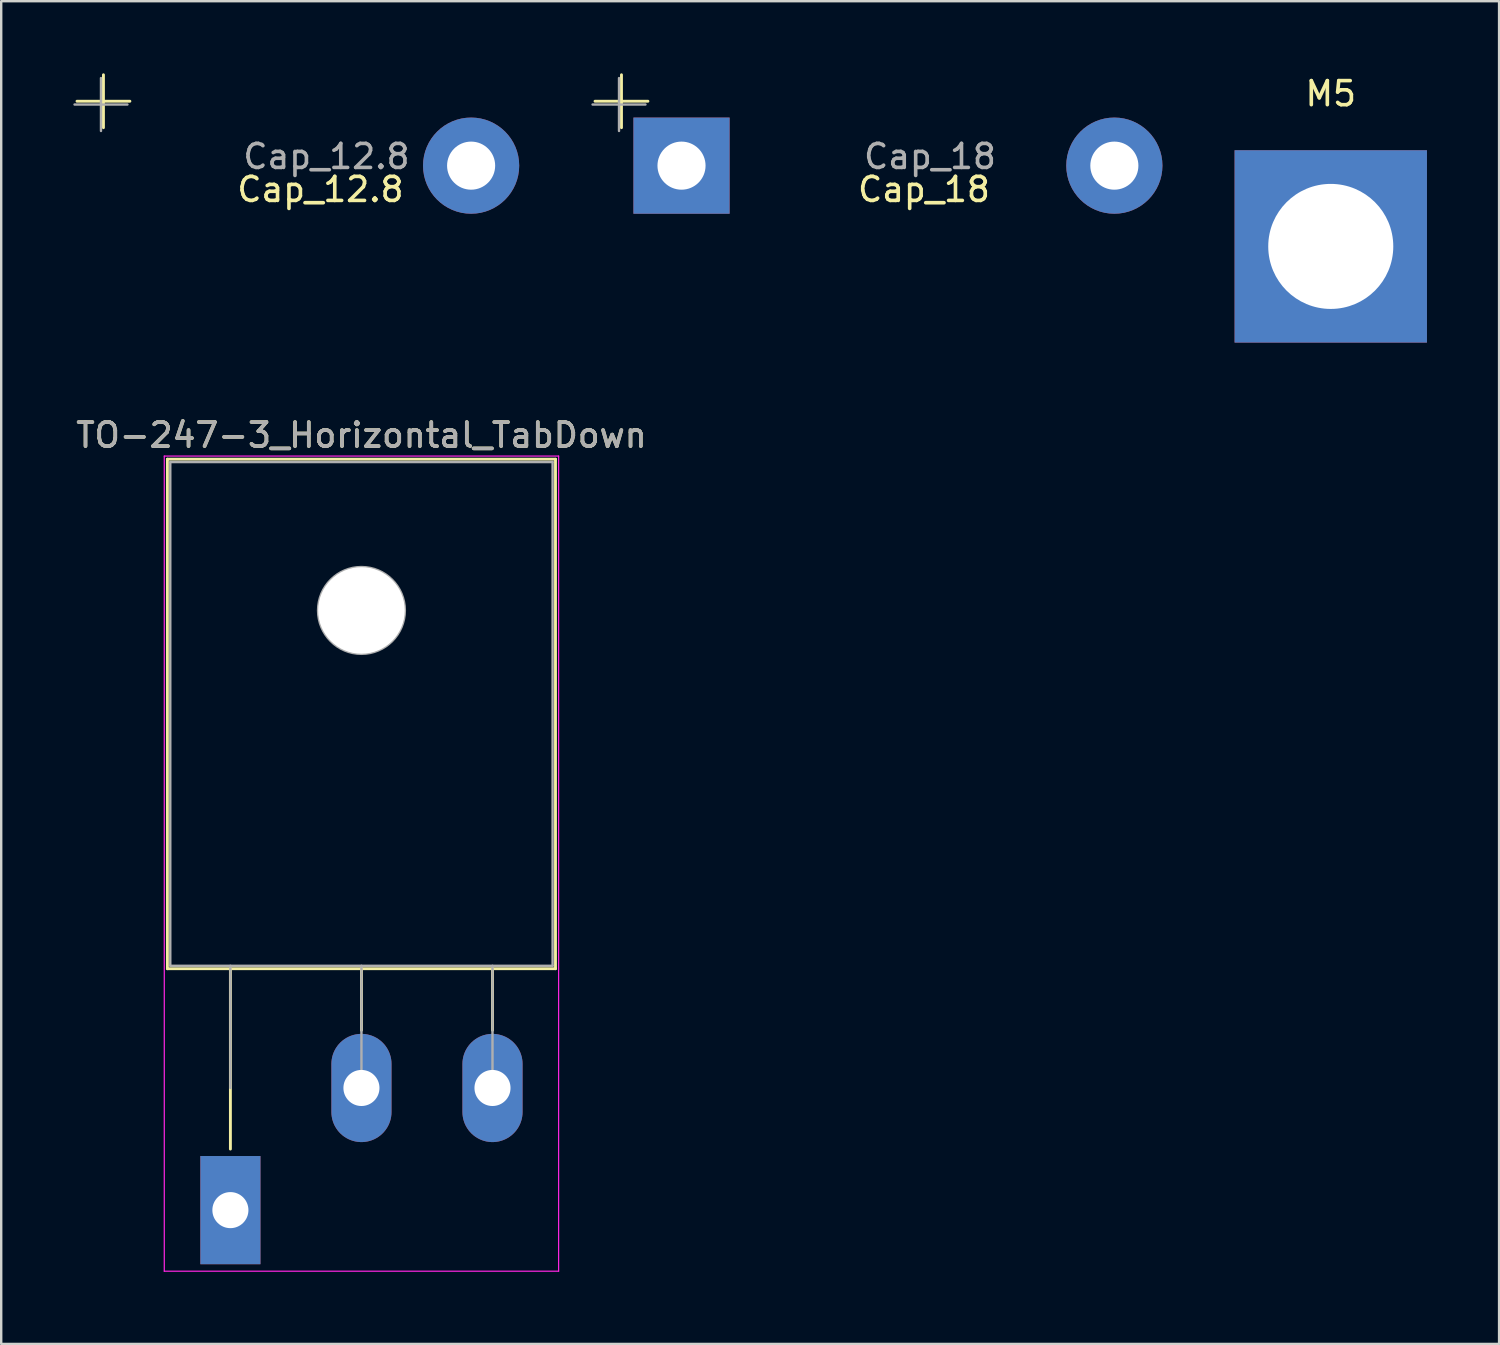
<source format=kicad_pcb>
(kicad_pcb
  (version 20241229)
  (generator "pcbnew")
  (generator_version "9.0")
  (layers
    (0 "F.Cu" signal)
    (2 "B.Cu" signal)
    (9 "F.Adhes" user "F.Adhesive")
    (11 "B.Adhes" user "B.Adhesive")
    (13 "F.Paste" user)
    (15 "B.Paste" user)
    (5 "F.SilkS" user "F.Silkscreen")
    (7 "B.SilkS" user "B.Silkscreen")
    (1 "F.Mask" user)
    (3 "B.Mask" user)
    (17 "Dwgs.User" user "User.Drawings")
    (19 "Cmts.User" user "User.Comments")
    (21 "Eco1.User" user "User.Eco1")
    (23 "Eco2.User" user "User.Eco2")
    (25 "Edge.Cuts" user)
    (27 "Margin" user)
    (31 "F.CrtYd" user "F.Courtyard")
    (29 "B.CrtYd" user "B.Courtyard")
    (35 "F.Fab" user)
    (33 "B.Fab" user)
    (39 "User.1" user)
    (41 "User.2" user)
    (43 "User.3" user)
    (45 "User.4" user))
  (footprint "TO-247-3_Horizontal_TabDown"
    (layer "F.Cu")
    (at 6.532 42.197)
    (property "Reference" "TO-247-3_Horizontal_TabDown" (at 5.45 -27.15 0) (layer "F.SilkS") (effects (font (size 1 1) (thickness 0.15))))
    (attr through_hole)
    (fp_line (start -2.62 -26.15) (end -2.62 -4.96) (stroke (width 0.12) (type solid)) (layer "F.SilkS"))
    (fp_line (start -2.62 -26.15) (end 13.52 -26.15) (stroke (width 0.12) (type solid)) (layer "F.SilkS"))
    (fp_line (start -2.62 -4.96) (end 13.52 -4.96) (stroke (width 0.12) (type solid)) (layer "F.SilkS"))
    (fp_line (start 0 -4.96) (end 0 2.54) (stroke (width 0.12) (type solid)) (layer "F.SilkS"))
    (fp_line (start 5.45 -4.96) (end 5.45 -2.4) (stroke (width 0.12) (type solid)) (layer "F.SilkS"))
    (fp_line (start 10.9 -4.96) (end 10.9 -2.4) (stroke (width 0.12) (type solid)) (layer "F.SilkS"))
    (fp_line (start 13.52 -26.15) (end 13.52 -4.96) (stroke (width 0.12) (type solid)) (layer "F.SilkS"))
    (fp_line (start -2.75 -26.28) (end -2.75 7.62) (stroke (width 0.05) (type solid)) (layer "F.CrtYd"))
    (fp_line (start -2.75 7.62) (end 13.65 7.62) (stroke (width 0.05) (type solid)) (layer "F.CrtYd"))
    (fp_line (start 13.65 -26.28) (end -2.75 -26.28) (stroke (width 0.05) (type solid)) (layer "F.CrtYd"))
    (fp_line (start 13.65 7.62) (end 13.65 -26.28) (stroke (width 0.05) (type solid)) (layer "F.CrtYd"))
    (fp_line (start -2.5 -26.03) (end 13.4 -26.03) (stroke (width 0.1) (type solid)) (layer "F.Fab"))
    (fp_line (start -2.5 -5.08) (end -2.5 -26.03) (stroke (width 0.1) (type solid)) (layer "F.Fab"))
    (fp_line (start 0 -5.08) (end 0 0) (stroke (width 0.1) (type solid)) (layer "F.Fab"))
    (fp_line (start 5.45 -5.08) (end 5.45 0) (stroke (width 0.1) (type solid)) (layer "F.Fab"))
    (fp_line (start 10.9 -5.08) (end 10.9 0) (stroke (width 0.1) (type solid)) (layer "F.Fab"))
    (fp_line (start 13.4 -26.03) (end 13.4 -5.08) (stroke (width 0.1) (type solid)) (layer "F.Fab"))
    (fp_line (start 13.4 -5.08) (end -2.5 -5.08) (stroke (width 0.1) (type solid)) (layer "F.Fab"))
    (fp_circle (center 5.45 -19.86) (end 7.255 -19.86) (stroke (width 0.1) (type solid)) (fill no) (layer "F.Fab"))
    (fp_text user "${REFERENCE}" (at 5.45 -27.15 0) (layer "F.Fab") (effects (font (size 1 1) (thickness 0.15))))
    (pad "" np_thru_hole oval (at 5.45 -19.86) (size 3.6 3.6) (drill 3.6) (layers "*.Cu" "*.Mask"))
    (pad "1" thru_hole rect (at 0 5.08) (size 2.5 4.5) (drill 1.5) (layers "*.Cu" "*.Mask"))
    (pad "2" thru_hole oval (at 5.45 0) (size 2.5 4.5) (drill 1.5) (layers "*.Cu" "*.Mask"))
    (pad "3" thru_hole oval (at 10.9 0) (size 2.5 4.5) (drill 1.5) (layers "*.Cu" "*.Mask")))
  (footprint "M5"
    (layer "F.Cu")
    (at 52.294 7.198)
    (property "Reference" "M5" (at 0 -6.35 0) (layer "F.SilkS") (effects (font (size 1 1) (thickness 0.15))))
    (attr through_hole)
    (pad "1" thru_hole rect (at 0 0) (size 8 8) (drill 5.2) (layers "*.Cu" "*.Mask")))
  (footprint "Cap_18"
    (layer "F.Cu")
    (at 25.293 3.839)
    (property "Reference" "Cap_18" (at 10.084 0.991 0) (layer "F.SilkS") (effects (font (size 1 1) (thickness 0.15))))
    (attr through_hole)
    (fp_line (start -3.597 -2.679) (end -1.397 -2.679) (stroke (width 0.12) (type solid)) (layer "F.SilkS"))
    (fp_line (start -2.497 -3.779) (end -2.497 -1.579) (stroke (width 0.12) (type solid)) (layer "F.SilkS"))
    (fp_line (start -3.699 -2.542) (end -1.499 -2.542) (stroke (width 0.1) (type solid)) (layer "F.Fab"))
    (fp_line (start -2.599 -3.642) (end -2.599 -1.442) (stroke (width 0.1) (type solid)) (layer "F.Fab"))
    (fp_text user "${REFERENCE}" (at 10.334 -0.381 0) (layer "F.Fab") (effects (font (size 1 1) (thickness 0.15))))
    (pad "1" thru_hole rect (at 0 0) (size 4 4) (drill 2) (layers "*.Cu" "*.Mask"))
    (pad "2" thru_hole circle (at 18.001 0) (size 4 4) (drill 2) (layers "*.Cu" "*.Mask")))
  (footprint "Cap_12.8"
    (layer "F.Cu")
    (at 3.749 3.839)
    (property "Reference" "Cap_12.8" (at 6.528 0.991 0) (layer "F.SilkS") (effects (font (size 1 1) (thickness 0.15))))
    (attr through_hole)
    (fp_line (start -3.597 -2.679) (end -1.397 -2.679) (stroke (width 0.12) (type solid)) (layer "F.SilkS"))
    (fp_line (start -2.497 -3.779) (end -2.497 -1.579) (stroke (width 0.12) (type solid)) (layer "F.SilkS"))
    (fp_line (start -3.699 -2.542) (end -1.499 -2.542) (stroke (width 0.1) (type solid)) (layer "F.Fab"))
    (fp_line (start -2.599 -3.642) (end -2.599 -1.442) (stroke (width 0.1) (type solid)) (layer "F.Fab"))
    (fp_text user "${REFERENCE}" (at 6.778 -0.381 0) (layer "F.Fab") (effects (font (size 1 1) (thickness 0.15))))
    (pad "2" thru_hole circle (at 12.794 0) (size 4 4) (drill 2) (layers "*.Cu" "*.Mask")))
  (gr_rect
    (start -3 -3)
    (end 59.294 52.842)
    (stroke (width 0.1) (type default))
    (fill no)
    (layer "Edge.Cuts")))
</source>
